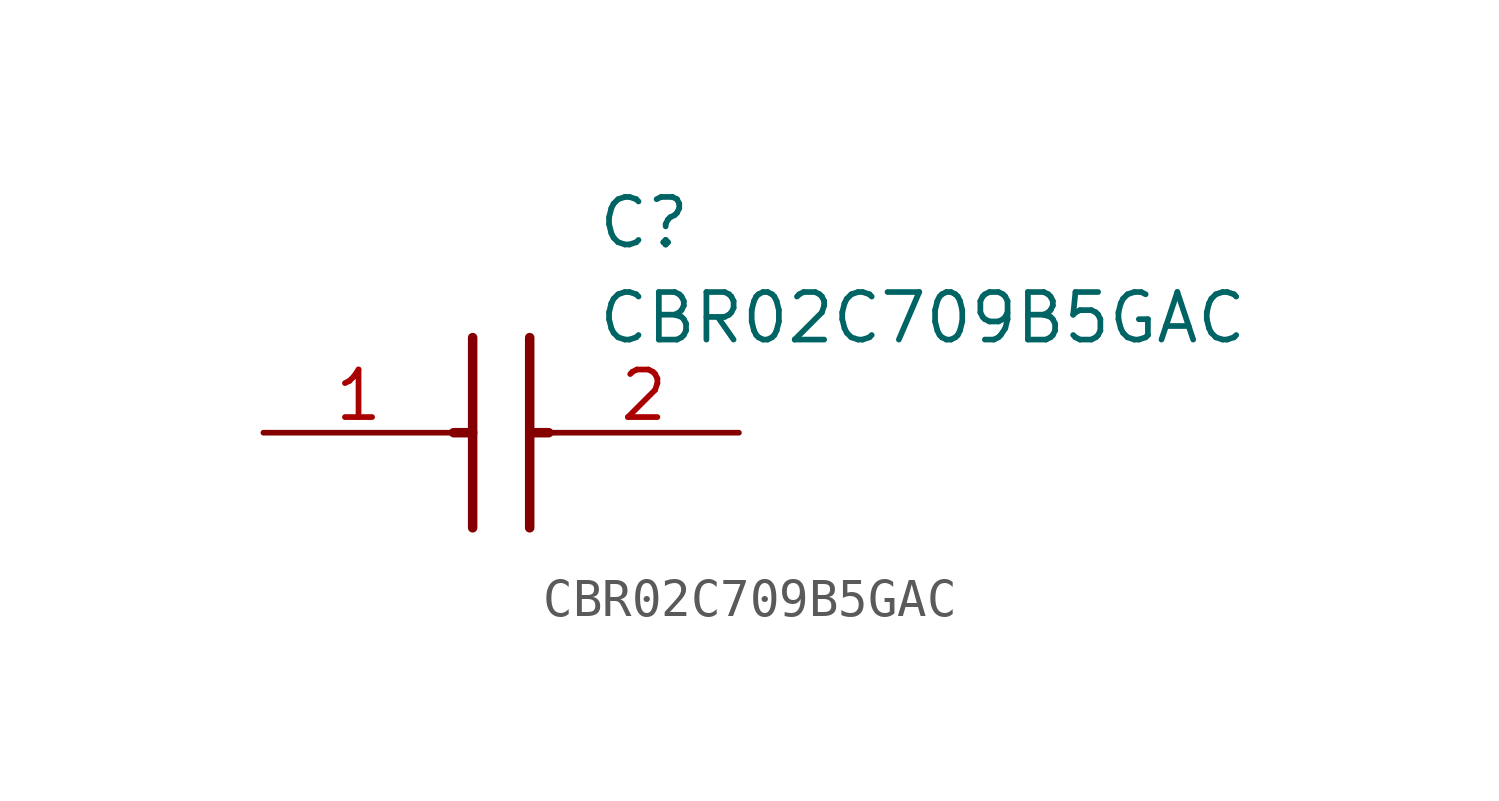
<source format=kicad_sym>
(kicad_symbol_lib
  (version 20211014)
  (generator SamacSys_ECAD_Model)
  (symbol "CBR02C709B5GAC"
    (pin_names hide)
    (property "Reference" "C"
      (at 8.89 6.35 0)
      (effects (font (size 1.27 1.27)) (justify left top)))
    (property "Value" "CBR02C709B5GAC"
      (at 8.89 3.81 0)
      (effects (font (size 1.27 1.27)) (justify left top)))
    (polyline
      (pts (xy 5.588 2.54) (xy 5.588 -2.54))
      (stroke (width 0.254) (type default))
      (fill (type none)))
    (polyline
      (pts (xy 7.112 2.54) (xy 7.112 -2.54))
      (stroke (width 0.254) (type default))
      (fill (type none)))
    (polyline
      (pts (xy 5.08 0) (xy 5.588 0))
      (stroke (width 0.254) (type default))
      (fill (type none)))
    (polyline
      (pts (xy 7.112 0) (xy 7.62 0))
      (stroke (width 0.254) (type default))
      (fill (type none)))
    (pin passive line
      (at 0 0 0)
      (length 5.08)
      (name "1" (effects (font (size 1.27 1.27))))
      (number "1" (effects (font (size 1.27 1.27)))))
    (pin passive line
      (at 12.7 0 180)
      (length 5.08)
      (name "2" (effects (font (size 1.27 1.27))))
      (number "2" (effects (font (size 1.27 1.27)))))))
</source>
